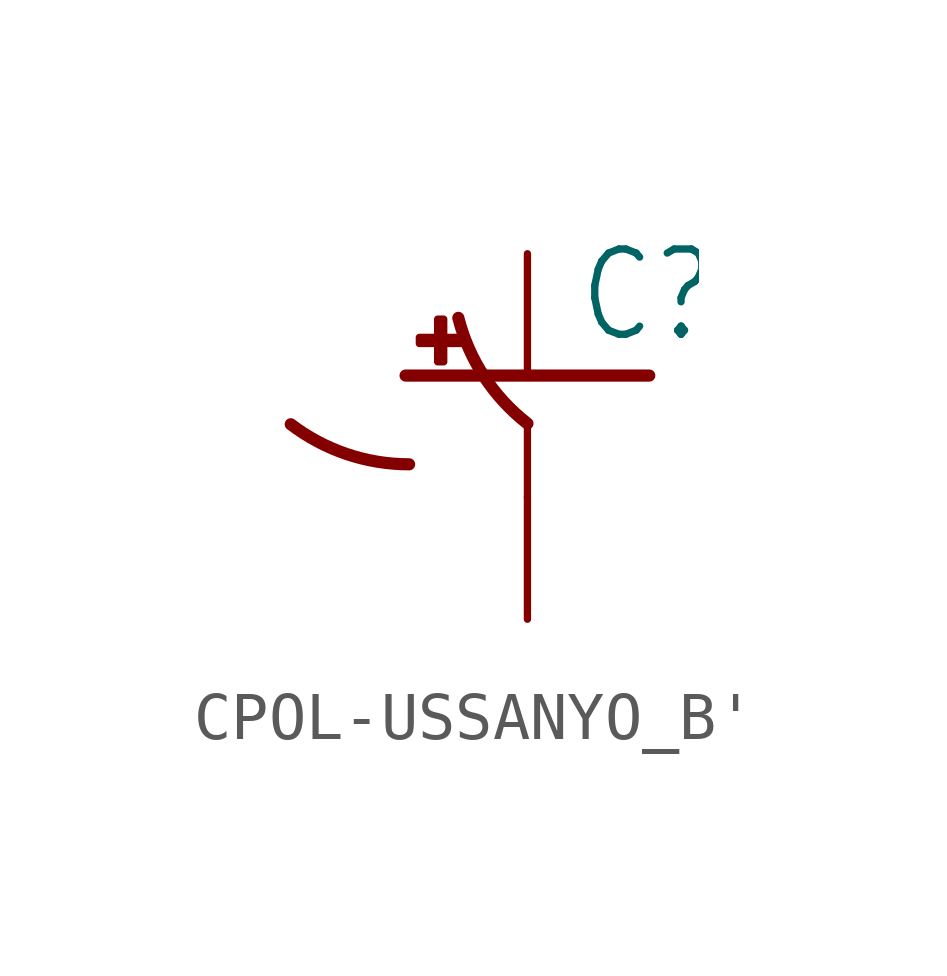
<source format=kicad_sym>
(kicad_symbol_lib
  (version 20241209)
  (generator "kicad_symbol_editor")
  (generator_version "9.0")
  (symbol "CPOL-USSANYO_B'"
    (property "Reference" "C"
      (at 1.016 0.635 0)
      (effects (font (size 1.778 1.511)) (justify left bottom)))
    (property "Value" ""
      (at 1.016 -4.191 0)
      (effects (font (size 1.778 1.511)) (justify left bottom)))
    (property "ki_locked" ""
      (at 0 0 0)
      (effects (font (size 1.27 1.27))))
    (symbol "CPOL-USSANYO_B'_1_0"
      (polyline (pts (xy -2.54 0) (xy 2.54 0)) (stroke (width 0.254) (type solid)) (fill (type none)))
      (arc (start -2.4669 -1.8504) (mid -3.7689 -1.6361) (end -4.9337 -1.0159) (stroke (width 0.254) (type solid)) (fill (type none)))
      (rectangle (start -2.253 0.668) (end -1.364 0.795) (stroke (width 0) (type default)) (fill (type outline)))
      (rectangle (start -1.872 0.287) (end -1.745 1.176) (stroke (width 0) (type default)) (fill (type outline)))
      (polyline (pts (xy 0 -1.016) (xy 0 -2.54)) (stroke (width 0.152) (type solid)) (fill (type none)))
      (arc (start 0 -1) (mid -0.9038 -0.0189) (end -1.4403 1.2025) (stroke (width 0.254) (type solid)) (fill (type none)))
      (pin passive line (at 0 2.54 270) (length 2.54) (name "+" (effects (font (size 0 0)))) (number "+" (effects (font (size 0 0)))))
      (pin passive line (at 0 -5.08 90) (length 2.54) (name "-" (effects (font (size 0 0)))) (number "-" (effects (font (size 0 0))))))))
</source>
